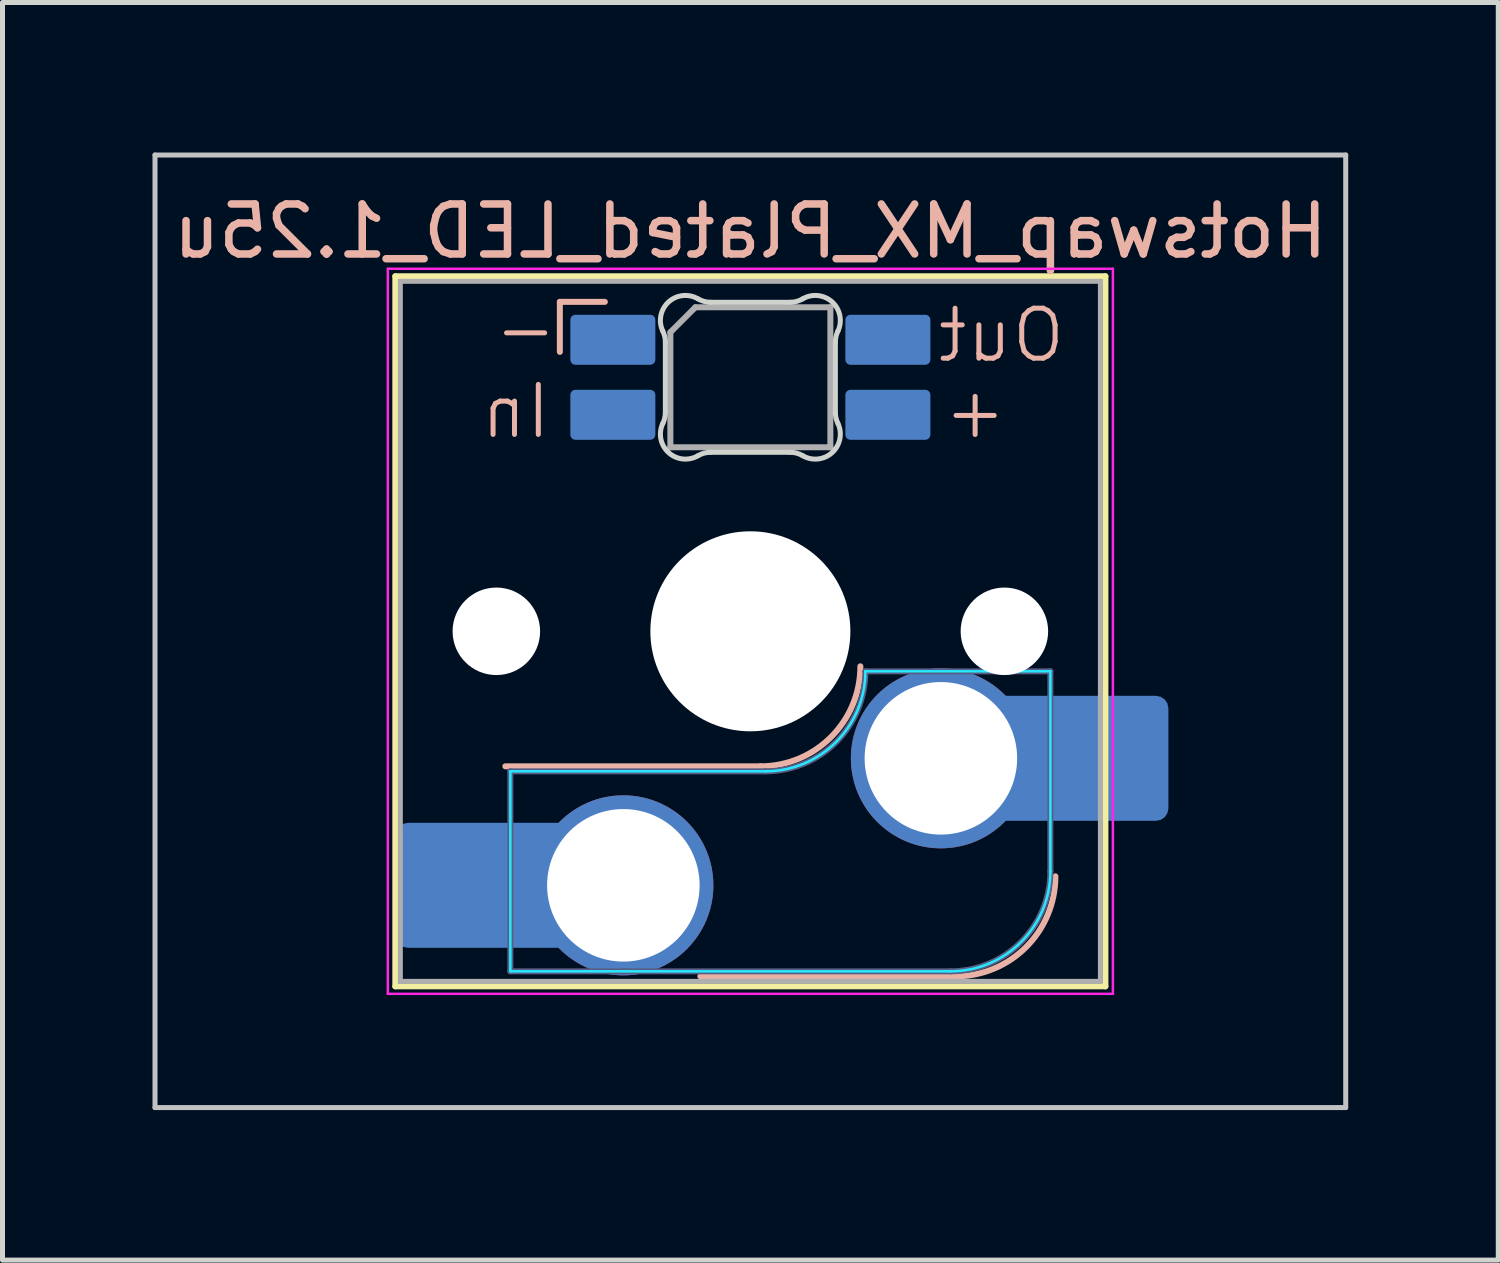
<source format=kicad_pcb>
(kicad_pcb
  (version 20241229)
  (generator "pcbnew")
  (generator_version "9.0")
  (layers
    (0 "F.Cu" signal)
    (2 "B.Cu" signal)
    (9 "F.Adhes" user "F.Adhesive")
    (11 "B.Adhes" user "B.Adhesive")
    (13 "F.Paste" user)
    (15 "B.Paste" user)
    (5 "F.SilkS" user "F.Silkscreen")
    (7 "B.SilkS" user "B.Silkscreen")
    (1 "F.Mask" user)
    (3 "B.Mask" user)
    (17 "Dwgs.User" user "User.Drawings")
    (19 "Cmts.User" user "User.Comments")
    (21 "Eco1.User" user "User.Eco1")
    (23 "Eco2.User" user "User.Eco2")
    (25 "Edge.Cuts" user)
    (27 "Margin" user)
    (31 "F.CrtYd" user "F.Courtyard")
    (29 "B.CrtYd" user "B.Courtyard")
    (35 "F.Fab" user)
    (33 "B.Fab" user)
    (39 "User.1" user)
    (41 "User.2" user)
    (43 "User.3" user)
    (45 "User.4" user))
  (footprint "Hotswap_MX_Plated_LED_1.25u"
    (layer "F.Cu")
    (at 11.956 9.575)
    (property "Reference" "Hotswap_MX_Plated_LED_1.25u" (at 0 -8.001 0) (layer "B.SilkS") (effects (font (size 1 1) (thickness 0.15)) (justify mirror)))
    (fp_line (start -7.1 -7.1) (end -7.1 7.1) (stroke (width 0.12) (type solid)) (layer "F.SilkS"))
    (fp_line (start -7.1 7.1) (end 7.1 7.1) (stroke (width 0.12) (type solid)) (layer "F.SilkS"))
    (fp_line (start 7.1 -7.1) (end -7.1 -7.1) (stroke (width 0.12) (type solid)) (layer "F.SilkS"))
    (fp_line (start 7.1 7.1) (end 7.1 -7.1) (stroke (width 0.12) (type solid)) (layer "F.SilkS"))
    (fp_line (start -3.81 -6.588) (end -2.91 -6.588) (stroke (width 0.12) (type solid)) (layer "B.SilkS"))
    (fp_line (start -3.81 -5.588) (end -3.81 -6.588) (stroke (width 0.12) (type solid)) (layer "B.SilkS"))
    (fp_line (start 0.2 2.7) (end -4.9 2.7) (stroke (width 0.12) (type solid)) (layer "B.SilkS"))
    (fp_line (start 4.1 6.9) (end -1 6.9) (stroke (width 0.12) (type solid)) (layer "B.SilkS"))
    (fp_arc (start 2.2 0.7) (mid 1.614214 2.114214) (end 0.2 2.7) (stroke (width 0.12) (type solid)) (layer "B.SilkS"))
    (fp_arc (start 6.1 4.9) (mid 5.514214 6.314214) (end 4.1 6.9) (stroke (width 0.12) (type solid)) (layer "B.SilkS"))
    (fp_line (start -11.906 -9.525) (end -11.906 9.525) (stroke (width 0.1) (type solid)) (layer "Dwgs.User"))
    (fp_line (start -11.906 9.525) (end 11.906 9.525) (stroke (width 0.1) (type solid)) (layer "Dwgs.User"))
    (fp_line (start 11.906 -9.525) (end -11.906 -9.525) (stroke (width 0.1) (type solid)) (layer "Dwgs.User"))
    (fp_line (start 11.906 9.525) (end 11.906 -9.525) (stroke (width 0.1) (type solid)) (layer "Dwgs.User"))
    (fp_line (start -0.25 -0.25) (end 0 0) (stroke (width 0.12) (type solid)) (layer "Cmts.User"))
    (fp_line (start 0 0) (end -0.25 0.25) (stroke (width 0.12) (type solid)) (layer "Cmts.User"))
    (fp_line (start 0 0) (end 0.25 0.25) (stroke (width 0.12) (type solid)) (layer "Cmts.User"))
    (fp_line (start 0.25 -0.25) (end 0 0) (stroke (width 0.12) (type solid)) (layer "Cmts.User"))
    (fp_line (start -7.8 -6) (end -7 -6) (stroke (width 0.1) (type solid)) (layer "Eco1.User"))
    (fp_line (start -7.8 -2.9) (end -7.8 -6) (stroke (width 0.1) (type solid)) (layer "Eco1.User"))
    (fp_line (start -7.8 2.9) (end -7 2.9) (stroke (width 0.1) (type solid)) (layer "Eco1.User"))
    (fp_line (start -7.8 6) (end -7.8 2.9) (stroke (width 0.1) (type solid)) (layer "Eco1.User"))
    (fp_line (start -7 -7) (end 7 -7) (stroke (width 0.1) (type solid)) (layer "Eco1.User"))
    (fp_line (start -7 -6) (end -7 -7) (stroke (width 0.1) (type solid)) (layer "Eco1.User"))
    (fp_line (start -7 -2.9) (end -7.8 -2.9) (stroke (width 0.1) (type solid)) (layer "Eco1.User"))
    (fp_line (start -7 2.9) (end -7 -2.9) (stroke (width 0.1) (type solid)) (layer "Eco1.User"))
    (fp_line (start -7 6) (end -7.8 6) (stroke (width 0.1) (type solid)) (layer "Eco1.User"))
    (fp_line (start -7 7) (end -7 6) (stroke (width 0.1) (type solid)) (layer "Eco1.User"))
    (fp_line (start 7 -7) (end 7 -6) (stroke (width 0.1) (type solid)) (layer "Eco1.User"))
    (fp_line (start 7 -6) (end 7.8 -6) (stroke (width 0.1) (type solid)) (layer "Eco1.User"))
    (fp_line (start 7 -2.9) (end 7 2.9) (stroke (width 0.1) (type solid)) (layer "Eco1.User"))
    (fp_line (start 7 2.9) (end 7.8 2.9) (stroke (width 0.1) (type solid)) (layer "Eco1.User"))
    (fp_line (start 7 6) (end 7 7) (stroke (width 0.1) (type solid)) (layer "Eco1.User"))
    (fp_line (start 7 7) (end -7 7) (stroke (width 0.1) (type solid)) (layer "Eco1.User"))
    (fp_line (start 7.8 -6) (end 7.8 -2.9) (stroke (width 0.1) (type solid)) (layer "Eco1.User"))
    (fp_line (start 7.8 -2.9) (end 7 -2.9) (stroke (width 0.1) (type solid)) (layer "Eco1.User"))
    (fp_line (start 7.8 2.9) (end 7.8 6) (stroke (width 0.1) (type solid)) (layer "Eco1.User"))
    (fp_line (start 7.8 6) (end 7 6) (stroke (width 0.1) (type solid)) (layer "Eco1.User"))
    (fp_line (start -1.7 -5.783) (end -1.7 -4.377) (stroke (width 0.1) (type solid)) (layer "Edge.Cuts"))
    (fp_line (start -0.794 -3.58) (end 0.794 -3.58) (stroke (width 0.1) (type solid)) (layer "Edge.Cuts"))
    (fp_line (start 0.794 -6.58) (end -0.794 -6.58) (stroke (width 0.1) (type solid)) (layer "Edge.Cuts"))
    (fp_line (start 1.7 -4.377) (end 1.7 -5.783) (stroke (width 0.1) (type solid)) (layer "Edge.Cuts"))
    (fp_arc (start -1.749484 -5.999721) (mid -1.712518 -5.894071) (end -1.699999 -5.782844) (stroke (width 0.1) (type solid)) (layer "Edge.Cuts"))
    (fp_arc (start -1.749484 -5.999721) (mid -1.638071 -6.584035) (end -1.046711 -6.648299) (stroke (width 0.1) (type solid)) (layer "Edge.Cuts"))
    (fp_arc (start -1.699999 -4.377159) (mid -1.712528 -4.265933) (end -1.749484 -4.160281) (stroke (width 0.1) (type solid)) (layer "Edge.Cuts"))
    (fp_arc (start -1.046711 -3.511702) (mid -1.638072 -3.575966) (end -1.749484 -4.160282) (stroke (width 0.1) (type solid)) (layer "Edge.Cuts"))
    (fp_arc (start -1.046711 -3.511702) (mid -0.925123 -3.562624) (end -0.794452 -3.580001) (stroke (width 0.1) (type solid)) (layer "Edge.Cuts"))
    (fp_arc (start -0.794453 -6.58) (mid -0.925123 -6.597377) (end -1.046711 -6.648299) (stroke (width 0.1) (type solid)) (layer "Edge.Cuts"))
    (fp_arc (start 0.794452 -3.580001) (mid 0.925122 -3.562624) (end 1.04671 -3.511702) (stroke (width 0.1) (type solid)) (layer "Edge.Cuts"))
    (fp_arc (start 1.046711 -6.6483) (mid 0.925123 -6.597378) (end 0.794453 -6.580001) (stroke (width 0.1) (type solid)) (layer "Edge.Cuts"))
    (fp_arc (start 1.046711 -6.6483) (mid 1.638072 -6.584036) (end 1.749484 -5.999721) (stroke (width 0.1) (type solid)) (layer "Edge.Cuts"))
    (fp_arc (start 1.699999 -5.782843) (mid 1.712528 -5.894069) (end 1.749484 -5.999721) (stroke (width 0.1) (type solid)) (layer "Edge.Cuts"))
    (fp_arc (start 1.749484 -4.160281) (mid 1.63807 -3.575967) (end 1.046711 -3.511704) (stroke (width 0.1) (type solid)) (layer "Edge.Cuts"))
    (fp_arc (start 1.749484 -4.160281) (mid 1.712519 -4.265931) (end 1.699999 -4.377158) (stroke (width 0.1) (type solid)) (layer "Edge.Cuts"))
    (fp_line (start -4.8 6.8) (end -4.8 2.8) (stroke (width 0.05) (type solid)) (layer "B.CrtYd"))
    (fp_line (start 0.3 2.8) (end -4.8 2.8) (stroke (width 0.05) (type solid)) (layer "B.CrtYd"))
    (fp_line (start 4 6.8) (end -4.8 6.8) (stroke (width 0.05) (type solid)) (layer "B.CrtYd"))
    (fp_line (start 6 0.8) (end 2.3 0.8) (stroke (width 0.05) (type solid)) (layer "B.CrtYd"))
    (fp_line (start 6 0.8) (end 6 4.8) (stroke (width 0.05) (type solid)) (layer "B.CrtYd"))
    (fp_arc (start 2.3 0.8) (mid 1.714214 2.214214) (end 0.3 2.8) (stroke (width 0.05) (type solid)) (layer "B.CrtYd"))
    (fp_arc (start 6 4.8) (mid 5.414214 6.214214) (end 4 6.8) (stroke (width 0.05) (type solid)) (layer "B.CrtYd"))
    (fp_line (start -7.25 -7.25) (end -7.25 7.25) (stroke (width 0.05) (type solid)) (layer "F.CrtYd"))
    (fp_line (start -7.25 7.25) (end 7.25 7.25) (stroke (width 0.05) (type solid)) (layer "F.CrtYd"))
    (fp_line (start 7.25 -7.25) (end -7.25 -7.25) (stroke (width 0.05) (type solid)) (layer "F.CrtYd"))
    (fp_line (start 7.25 7.25) (end 7.25 -7.25) (stroke (width 0.05) (type solid)) (layer "F.CrtYd"))
    (fp_line (start -4.8 6.8) (end -4.8 2.8) (stroke (width 0.12) (type solid)) (layer "B.Fab"))
    (fp_line (start 0.3 2.8) (end -4.8 2.8) (stroke (width 0.12) (type solid)) (layer "B.Fab"))
    (fp_line (start 4 6.8) (end -4.8 6.8) (stroke (width 0.12) (type solid)) (layer "B.Fab"))
    (fp_line (start 6 0.8) (end 2.3 0.8) (stroke (width 0.12) (type solid)) (layer "B.Fab"))
    (fp_line (start 6 0.8) (end 6 4.8) (stroke (width 0.12) (type solid)) (layer "B.Fab"))
    (fp_arc (start 2.3 0.8) (mid 1.714214 2.214214) (end 0.3 2.8) (stroke (width 0.12) (type solid)) (layer "B.Fab"))
    (fp_arc (start 6 4.8) (mid 5.414214 6.214214) (end 4 6.8) (stroke (width 0.12) (type solid)) (layer "B.Fab"))
    (fp_line (start -7 -7) (end -7 7) (stroke (width 0.1) (type solid)) (layer "F.Fab"))
    (fp_line (start -7 7) (end 7 7) (stroke (width 0.1) (type solid)) (layer "F.Fab"))
    (fp_line (start -1.6 -5.98) (end -1.6 -3.68) (stroke (width 0.12) (type solid)) (layer "F.Fab"))
    (fp_line (start -1.6 -5.98) (end -1.1 -6.48) (stroke (width 0.12) (type solid)) (layer "F.Fab"))
    (fp_line (start -1.6 -3.68) (end 1.6 -3.68) (stroke (width 0.12) (type solid)) (layer "F.Fab"))
    (fp_line (start 1.6 -6.48) (end -1.1 -6.48) (stroke (width 0.12) (type solid)) (layer "F.Fab"))
    (fp_line (start 1.6 -6.48) (end 1.6 -3.68) (stroke (width 0.12) (type solid)) (layer "F.Fab"))
    (fp_line (start 7 -7) (end -7 -7) (stroke (width 0.1) (type solid)) (layer "F.Fab"))
    (fp_line (start 7 7) (end 7 -7) (stroke (width 0.1) (type solid)) (layer "F.Fab"))
    (fp_text user "+" (at 3.81 -4.826 180) (unlocked yes) (layer "B.SilkS") (effects (font (size 1 1) (thickness 0.1)) (justify left bottom mirror)))
    (fp_text user "-" (at -3.81 -6.477 180) (unlocked yes) (layer "B.SilkS") (effects (font (size 1 1) (thickness 0.1)) (justify left bottom)))
    (fp_text user "In" (at -3.937 -3.81 0) (unlocked yes) (layer "B.SilkS") (effects (font (size 1 1) (thickness 0.1)) (justify left bottom mirror)))
    (fp_text user "Out" (at 6.35 -5.334 0) (unlocked yes) (layer "B.SilkS") (effects (font (size 1 1) (thickness 0.1)) (justify left bottom mirror)))
    (pad "" smd roundrect (at -5.842 5.08 180) (size 2.55 2.5) (layers "B.Mask" "B.Paste") (roundrect_rratio 0.1))
    (pad "" np_thru_hole circle (at -5.08 0 180) (size 1.75 1.75) (drill 1.75) (layers "*.Cu" "*.Mask"))
    (pad "" np_thru_hole circle (at 0 0 180) (size 4 4) (drill 4) (layers "*.Cu" "*.Mask"))
    (pad "" np_thru_hole circle (at 5.08 0 180) (size 1.75 1.75) (drill 1.75) (layers "*.Cu" "*.Mask"))
    (pad "" smd roundrect (at 7.085 2.54 180) (size 2.55 2.5) (layers "B.Mask" "B.Paste") (roundrect_rratio 0.1))
    (pad "1" thru_hole circle (at 3.81 2.54 180) (size 3.6 3.6) (drill 3.05) (layers "*.Cu" "*.Mask"))
    (pad "1" smd roundrect (at 6.585 2.54 180) (size 3.55 2.5) (layers "B.Cu") (roundrect_rratio 0.1))
    (pad "2" smd roundrect (at -5.32 5.08 180) (size 3.55 2.5) (layers "B.Cu") (roundrect_rratio 0.1))
    (pad "2" thru_hole circle (at -2.54 5.08 270) (size 3.6 3.6) (drill 3.05) (layers "*.Cu" "*.Mask"))
    (pad "3" smd roundrect (at 2.75 -4.33 270) (size 1 1.7) (layers "B.Cu" "B.Mask" "B.Paste") (roundrect_rratio 0.1))
    (pad "4" smd roundrect (at 2.75 -5.83 270) (size 1 1.7) (layers "B.Cu" "B.Mask" "B.Paste") (roundrect_rratio 0.1))
    (pad "5" smd roundrect (at -2.75 -4.33 90) (size 1 1.7) (layers "B.Cu" "B.Mask" "B.Paste") (roundrect_rratio 0.1))
    (pad "6" smd roundrect (at -2.75 -5.83 90) (size 1 1.7) (layers "B.Cu" "B.Mask" "B.Paste") (roundrect_rratio 0.1)))
  (gr_rect
    (start -3 -3)
    (end 26.913 22.15)
    (stroke (width 0.1) (type default))
    (fill no)
    (layer "Edge.Cuts")))
</source>
